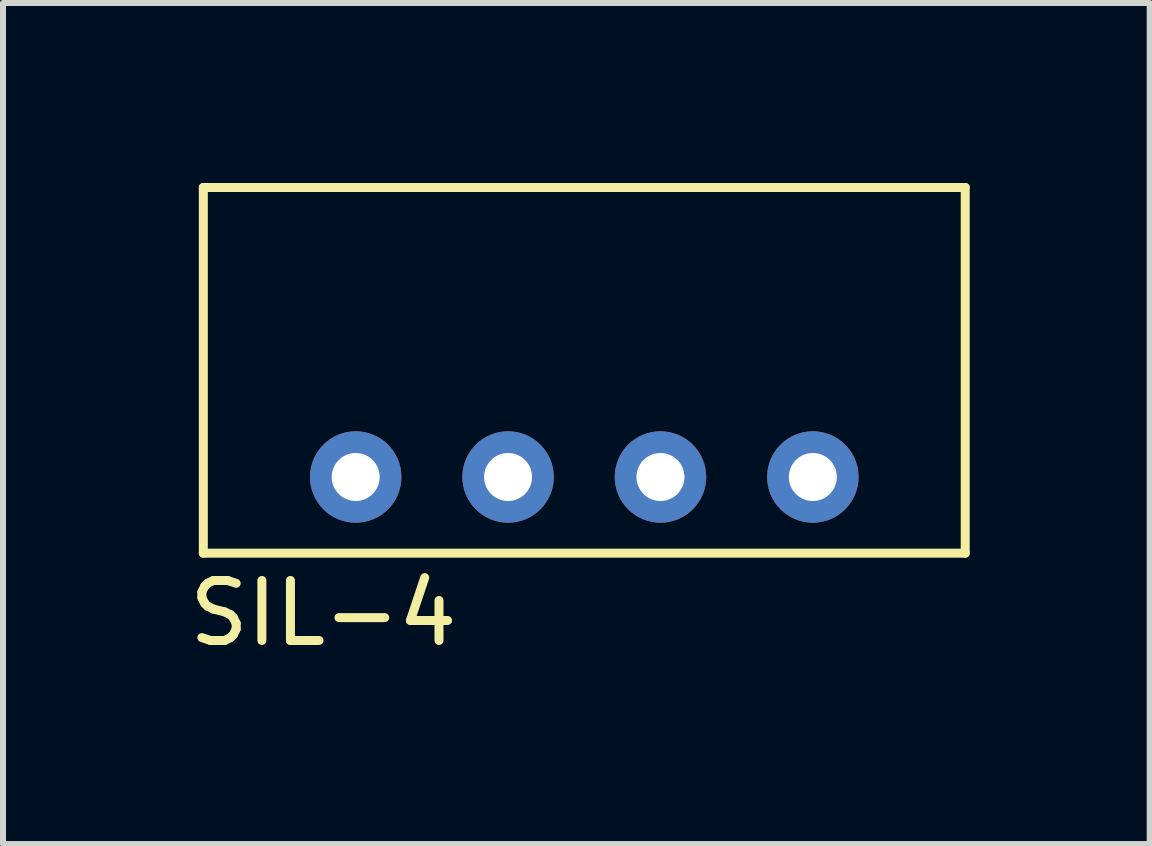
<source format=kicad_pcb>
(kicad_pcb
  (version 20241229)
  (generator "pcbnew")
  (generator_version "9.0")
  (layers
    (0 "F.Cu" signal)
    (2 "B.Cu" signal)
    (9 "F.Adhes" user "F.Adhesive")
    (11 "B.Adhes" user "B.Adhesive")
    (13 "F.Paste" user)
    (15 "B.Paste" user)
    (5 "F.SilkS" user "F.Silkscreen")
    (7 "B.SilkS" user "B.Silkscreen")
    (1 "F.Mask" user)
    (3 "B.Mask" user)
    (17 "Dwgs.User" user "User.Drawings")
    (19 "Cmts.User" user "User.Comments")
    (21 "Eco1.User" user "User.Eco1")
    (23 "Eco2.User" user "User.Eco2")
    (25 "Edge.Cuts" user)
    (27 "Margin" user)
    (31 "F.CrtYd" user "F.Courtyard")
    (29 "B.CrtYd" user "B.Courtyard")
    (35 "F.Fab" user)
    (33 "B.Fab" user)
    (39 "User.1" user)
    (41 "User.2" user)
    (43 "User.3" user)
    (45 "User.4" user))
  (footprint "SIL-4"
    (layer "F.Cu")
    (at 0.339 6.171)
    (property "Reference" "SIL-4" (at 2 1 0) (layer "F.SilkS") (effects (font (size 1 1) (thickness 0.15))))
    (attr through_hole)
    (fp_line (start 0 -6.096) (end 12.7 -6.096) (stroke (width 0.15) (type solid)) (layer "F.SilkS"))
    (fp_line (start 0 0) (end 0 -6.096) (stroke (width 0.15) (type solid)) (layer "F.SilkS"))
    (fp_line (start 12.7 -6.096) (end 12.7 0) (stroke (width 0.15) (type solid)) (layer "F.SilkS"))
    (fp_line (start 12.7 0) (end 0 0) (stroke (width 0.15) (type solid)) (layer "F.SilkS"))
    (pad "1" thru_hole circle (at 2.54 -1.27) (size 1.524 1.524) (drill 0.8) (layers "*.Cu" "*.Mask"))
    (pad "2" thru_hole circle (at 5.08 -1.27) (size 1.524 1.524) (drill 0.8) (layers "*.Cu" "*.Mask"))
    (pad "3" thru_hole circle (at 7.62 -1.27) (size 1.524 1.524) (drill 0.8) (layers "*.Cu" "*.Mask"))
    (pad "4" thru_hole circle (at 10.16 -1.27) (size 1.524 1.524) (drill 0.8) (layers "*.Cu" "*.Mask")))
  (gr_rect
    (start -3 -3)
    (end 16.114 11.019)
    (stroke (width 0.1) (type default))
    (fill no)
    (layer "Edge.Cuts")))
</source>
